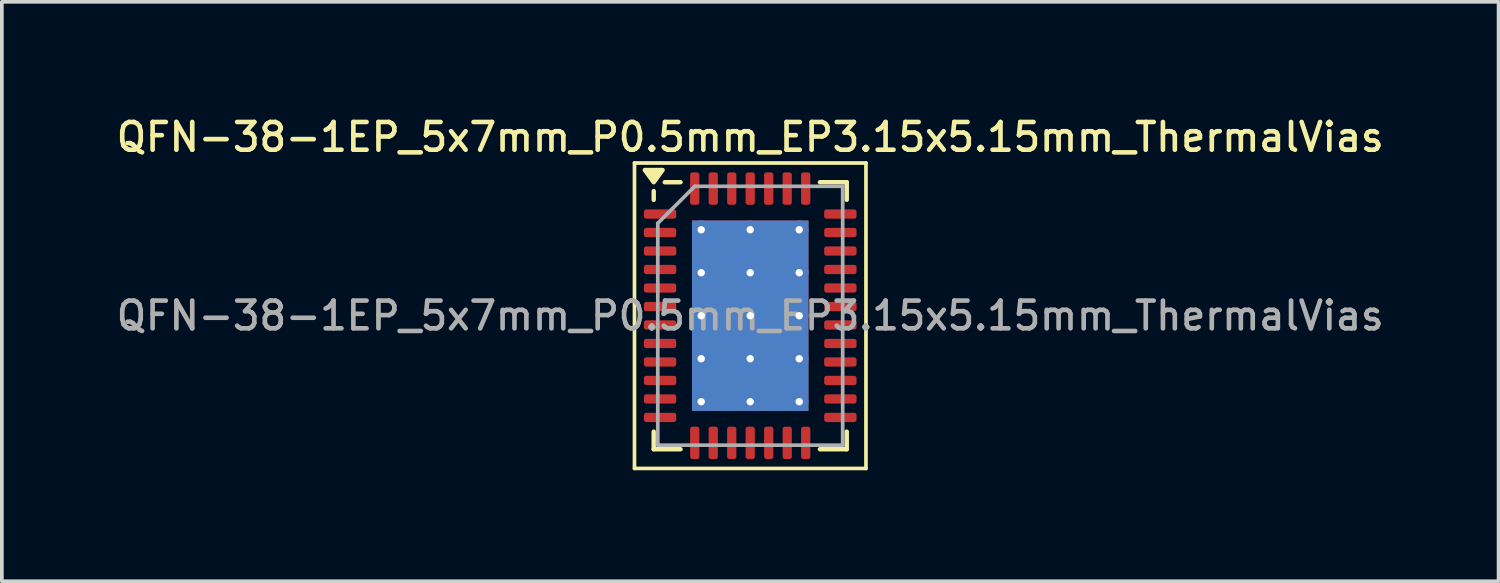
<source format=kicad_pcb>
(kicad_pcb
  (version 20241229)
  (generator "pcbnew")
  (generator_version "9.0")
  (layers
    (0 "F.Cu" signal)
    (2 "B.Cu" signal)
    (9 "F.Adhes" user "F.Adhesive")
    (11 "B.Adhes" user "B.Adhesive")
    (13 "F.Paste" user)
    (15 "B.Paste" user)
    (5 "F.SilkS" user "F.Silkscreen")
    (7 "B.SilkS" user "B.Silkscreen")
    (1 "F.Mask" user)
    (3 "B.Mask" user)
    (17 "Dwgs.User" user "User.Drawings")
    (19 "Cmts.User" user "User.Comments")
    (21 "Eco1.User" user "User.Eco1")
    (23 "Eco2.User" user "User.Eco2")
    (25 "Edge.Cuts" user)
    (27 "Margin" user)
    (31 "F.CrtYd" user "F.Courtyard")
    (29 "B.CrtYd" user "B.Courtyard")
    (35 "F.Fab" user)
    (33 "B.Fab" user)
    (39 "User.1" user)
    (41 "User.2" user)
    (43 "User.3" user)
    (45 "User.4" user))
  (footprint "QFN-38-1EP_5x7mm_P0.5mm_EP3.15x5.15mm_ThermalVias"
    (layer "F.Cu")
    (at 17.238 5.488)
    (property "Reference" "QFN-38-1EP_5x7mm_P0.5mm_EP3.15x5.15mm_ThermalVias" (at 0 -4.83 0) (layer "F.SilkS") (effects (font (size 0.75 0.75) (thickness 0.125))))
    (attr smd)
    (fp_line (start -3.13 -4.13) (end -3.13 4.13) (stroke (width 0.1) (type solid)) (layer "F.SilkS"))
    (fp_line (start -3.13 4.13) (end 3.13 4.13) (stroke (width 0.1) (type solid)) (layer "F.SilkS"))
    (fp_line (start -2.61 -3.135) (end -2.61 -3.37) (stroke (width 0.12) (type solid)) (layer "F.SilkS"))
    (fp_line (start -2.61 3.61) (end -2.61 3.135) (stroke (width 0.12) (type solid)) (layer "F.SilkS"))
    (fp_line (start -1.885 -3.61) (end -2.31 -3.61) (stroke (width 0.12) (type solid)) (layer "F.SilkS"))
    (fp_line (start -1.885 3.61) (end -2.61 3.61) (stroke (width 0.12) (type solid)) (layer "F.SilkS"))
    (fp_line (start 1.885 -3.61) (end 2.61 -3.61) (stroke (width 0.12) (type solid)) (layer "F.SilkS"))
    (fp_line (start 1.885 3.61) (end 2.61 3.61) (stroke (width 0.12) (type solid)) (layer "F.SilkS"))
    (fp_line (start 2.61 -3.61) (end 2.61 -3.135) (stroke (width 0.12) (type solid)) (layer "F.SilkS"))
    (fp_line (start 2.61 3.61) (end 2.61 3.135) (stroke (width 0.12) (type solid)) (layer "F.SilkS"))
    (fp_line (start 3.13 -4.13) (end -3.13 -4.13) (stroke (width 0.1) (type solid)) (layer "F.SilkS"))
    (fp_line (start 3.13 4.13) (end 3.13 -4.13) (stroke (width 0.1) (type solid)) (layer "F.SilkS"))
    (fp_poly (pts (xy -2.61 -3.61) (xy -2.85 -3.94) (xy -2.37 -3.94) (xy -2.61 -3.61)) (stroke (width 0.12) (type solid)) (fill yes) (layer "F.SilkS"))
    (fp_line (start -2.5 -2.5) (end -1.5 -3.5) (stroke (width 0.1) (type solid)) (layer "F.Fab"))
    (fp_line (start -2.5 3.5) (end -2.5 -2.5) (stroke (width 0.1) (type solid)) (layer "F.Fab"))
    (fp_line (start -1.5 -3.5) (end 2.5 -3.5) (stroke (width 0.1) (type solid)) (layer "F.Fab"))
    (fp_line (start 2.5 -3.5) (end 2.5 3.5) (stroke (width 0.1) (type solid)) (layer "F.Fab"))
    (fp_line (start 2.5 3.5) (end -2.5 3.5) (stroke (width 0.1) (type solid)) (layer "F.Fab"))
    (fp_text user "${REFERENCE}" (at 0 0 0) (layer "F.Fab") (effects (font (size 0.75 0.75) (thickness 0.125))))
    (pad "" smd roundrect (at -0.79 -1.935) (size 1.36 1.12) (layers "F.Paste") (roundrect_rratio 0.223))
    (pad "" smd roundrect (at -0.79 -0.645) (size 1.36 1.12) (layers "F.Paste") (roundrect_rratio 0.223))
    (pad "" smd roundrect (at -0.79 0.645) (size 1.36 1.12) (layers "F.Paste") (roundrect_rratio 0.223))
    (pad "" smd roundrect (at -0.79 1.935) (size 1.36 1.12) (layers "F.Paste") (roundrect_rratio 0.223))
    (pad "" smd roundrect (at 0.79 -1.935) (size 1.36 1.12) (layers "F.Paste") (roundrect_rratio 0.223))
    (pad "" smd roundrect (at 0.79 -0.645) (size 1.36 1.12) (layers "F.Paste") (roundrect_rratio 0.223))
    (pad "" smd roundrect (at 0.79 0.645) (size 1.36 1.12) (layers "F.Paste") (roundrect_rratio 0.223))
    (pad "" smd roundrect (at 0.79 1.935) (size 1.36 1.12) (layers "F.Paste") (roundrect_rratio 0.223))
    (pad "1" smd roundrect (at -2.438 -2.75) (size 0.875 0.25) (layers "F.Cu" "F.Mask" "F.Paste") (roundrect_rratio 0.25))
    (pad "2" smd roundrect (at -2.438 -2.25) (size 0.875 0.25) (layers "F.Cu" "F.Mask" "F.Paste") (roundrect_rratio 0.25))
    (pad "3" smd roundrect (at -2.438 -1.75) (size 0.875 0.25) (layers "F.Cu" "F.Mask" "F.Paste") (roundrect_rratio 0.25))
    (pad "4" smd roundrect (at -2.438 -1.25) (size 0.875 0.25) (layers "F.Cu" "F.Mask" "F.Paste") (roundrect_rratio 0.25))
    (pad "5" smd roundrect (at -2.438 -0.75) (size 0.875 0.25) (layers "F.Cu" "F.Mask" "F.Paste") (roundrect_rratio 0.25))
    (pad "6" smd roundrect (at -2.438 -0.25) (size 0.875 0.25) (layers "F.Cu" "F.Mask" "F.Paste") (roundrect_rratio 0.25))
    (pad "7" smd roundrect (at -2.438 0.25) (size 0.875 0.25) (layers "F.Cu" "F.Mask" "F.Paste") (roundrect_rratio 0.25))
    (pad "8" smd roundrect (at -2.438 0.75) (size 0.875 0.25) (layers "F.Cu" "F.Mask" "F.Paste") (roundrect_rratio 0.25))
    (pad "9" smd roundrect (at -2.438 1.25) (size 0.875 0.25) (layers "F.Cu" "F.Mask" "F.Paste") (roundrect_rratio 0.25))
    (pad "10" smd roundrect (at -2.438 1.75) (size 0.875 0.25) (layers "F.Cu" "F.Mask" "F.Paste") (roundrect_rratio 0.25))
    (pad "11" smd roundrect (at -2.438 2.25) (size 0.875 0.25) (layers "F.Cu" "F.Mask" "F.Paste") (roundrect_rratio 0.25))
    (pad "12" smd roundrect (at -2.438 2.75) (size 0.875 0.25) (layers "F.Cu" "F.Mask" "F.Paste") (roundrect_rratio 0.25))
    (pad "13" smd roundrect (at -1.5 3.438) (size 0.25 0.875) (layers "F.Cu" "F.Mask" "F.Paste") (roundrect_rratio 0.25))
    (pad "14" smd roundrect (at -1 3.438) (size 0.25 0.875) (layers "F.Cu" "F.Mask" "F.Paste") (roundrect_rratio 0.25))
    (pad "15" smd roundrect (at -0.5 3.438) (size 0.25 0.875) (layers "F.Cu" "F.Mask" "F.Paste") (roundrect_rratio 0.25))
    (pad "16" smd roundrect (at 0 3.438) (size 0.25 0.875) (layers "F.Cu" "F.Mask" "F.Paste") (roundrect_rratio 0.25))
    (pad "17" smd roundrect (at 0.5 3.438) (size 0.25 0.875) (layers "F.Cu" "F.Mask" "F.Paste") (roundrect_rratio 0.25))
    (pad "18" smd roundrect (at 1 3.438) (size 0.25 0.875) (layers "F.Cu" "F.Mask" "F.Paste") (roundrect_rratio 0.25))
    (pad "19" smd roundrect (at 1.5 3.438) (size 0.25 0.875) (layers "F.Cu" "F.Mask" "F.Paste") (roundrect_rratio 0.25))
    (pad "20" smd roundrect (at 2.438 2.75) (size 0.875 0.25) (layers "F.Cu" "F.Mask" "F.Paste") (roundrect_rratio 0.25))
    (pad "21" smd roundrect (at 2.438 2.25) (size 0.875 0.25) (layers "F.Cu" "F.Mask" "F.Paste") (roundrect_rratio 0.25))
    (pad "22" smd roundrect (at 2.438 1.75) (size 0.875 0.25) (layers "F.Cu" "F.Mask" "F.Paste") (roundrect_rratio 0.25))
    (pad "23" smd roundrect (at 2.438 1.25) (size 0.875 0.25) (layers "F.Cu" "F.Mask" "F.Paste") (roundrect_rratio 0.25))
    (pad "24" smd roundrect (at 2.438 0.75) (size 0.875 0.25) (layers "F.Cu" "F.Mask" "F.Paste") (roundrect_rratio 0.25))
    (pad "25" smd roundrect (at 2.438 0.25) (size 0.875 0.25) (layers "F.Cu" "F.Mask" "F.Paste") (roundrect_rratio 0.25))
    (pad "26" smd roundrect (at 2.438 -0.25) (size 0.875 0.25) (layers "F.Cu" "F.Mask" "F.Paste") (roundrect_rratio 0.25))
    (pad "27" smd roundrect (at 2.438 -0.75) (size 0.875 0.25) (layers "F.Cu" "F.Mask" "F.Paste") (roundrect_rratio 0.25))
    (pad "28" smd roundrect (at 2.438 -1.25) (size 0.875 0.25) (layers "F.Cu" "F.Mask" "F.Paste") (roundrect_rratio 0.25))
    (pad "29" smd roundrect (at 2.438 -1.75) (size 0.875 0.25) (layers "F.Cu" "F.Mask" "F.Paste") (roundrect_rratio 0.25))
    (pad "30" smd roundrect (at 2.438 -2.25) (size 0.875 0.25) (layers "F.Cu" "F.Mask" "F.Paste") (roundrect_rratio 0.25))
    (pad "31" smd roundrect (at 2.438 -2.75) (size 0.875 0.25) (layers "F.Cu" "F.Mask" "F.Paste") (roundrect_rratio 0.25))
    (pad "32" smd roundrect (at 1.5 -3.438) (size 0.25 0.875) (layers "F.Cu" "F.Mask" "F.Paste") (roundrect_rratio 0.25))
    (pad "33" smd roundrect (at 1 -3.438) (size 0.25 0.875) (layers "F.Cu" "F.Mask" "F.Paste") (roundrect_rratio 0.25))
    (pad "34" smd roundrect (at 0.5 -3.438) (size 0.25 0.875) (layers "F.Cu" "F.Mask" "F.Paste") (roundrect_rratio 0.25))
    (pad "35" smd roundrect (at 0 -3.438) (size 0.25 0.875) (layers "F.Cu" "F.Mask" "F.Paste") (roundrect_rratio 0.25))
    (pad "36" smd roundrect (at -0.5 -3.438) (size 0.25 0.875) (layers "F.Cu" "F.Mask" "F.Paste") (roundrect_rratio 0.25))
    (pad "37" smd roundrect (at -1 -3.438) (size 0.25 0.875) (layers "F.Cu" "F.Mask" "F.Paste") (roundrect_rratio 0.25))
    (pad "38" smd roundrect (at -1.5 -3.438) (size 0.25 0.875) (layers "F.Cu" "F.Mask" "F.Paste") (roundrect_rratio 0.25))
    (pad "39" thru_hole circle (at -1.325 -2.325) (size 0.5 0.5) (drill 0.2) (property pad_prop_heatsink) (layers "*.Cu"))
    (pad "39" thru_hole circle (at -1.325 -1.163) (size 0.5 0.5) (drill 0.2) (property pad_prop_heatsink) (layers "*.Cu"))
    (pad "39" thru_hole circle (at -1.325 0) (size 0.5 0.5) (drill 0.2) (property pad_prop_heatsink) (layers "*.Cu"))
    (pad "39" thru_hole circle (at -1.325 1.163) (size 0.5 0.5) (drill 0.2) (property pad_prop_heatsink) (layers "*.Cu"))
    (pad "39" thru_hole circle (at -1.325 2.325) (size 0.5 0.5) (drill 0.2) (property pad_prop_heatsink) (layers "*.Cu"))
    (pad "39" thru_hole circle (at 0 -2.325) (size 0.5 0.5) (drill 0.2) (property pad_prop_heatsink) (layers "*.Cu"))
    (pad "39" thru_hole circle (at 0 -1.163) (size 0.5 0.5) (drill 0.2) (property pad_prop_heatsink) (layers "*.Cu"))
    (pad "39" thru_hole circle (at 0 0) (size 0.5 0.5) (drill 0.2) (property pad_prop_heatsink) (layers "*.Cu"))
    (pad "39" smd rect (at 0 0) (size 3.15 5.15) (property pad_prop_heatsink) (layers "F.Cu" "F.Mask"))
    (pad "39" smd rect (at 0 0) (size 3.15 5.15) (property pad_prop_heatsink) (layers "B.Cu"))
    (pad "39" thru_hole circle (at 0 1.163) (size 0.5 0.5) (drill 0.2) (property pad_prop_heatsink) (layers "*.Cu"))
    (pad "39" thru_hole circle (at 0 2.325) (size 0.5 0.5) (drill 0.2) (property pad_prop_heatsink) (layers "*.Cu"))
    (pad "39" thru_hole circle (at 1.325 -2.325) (size 0.5 0.5) (drill 0.2) (property pad_prop_heatsink) (layers "*.Cu"))
    (pad "39" thru_hole circle (at 1.325 -1.163) (size 0.5 0.5) (drill 0.2) (property pad_prop_heatsink) (layers "*.Cu"))
    (pad "39" thru_hole circle (at 1.325 0) (size 0.5 0.5) (drill 0.2) (property pad_prop_heatsink) (layers "*.Cu"))
    (pad "39" thru_hole circle (at 1.325 1.163) (size 0.5 0.5) (drill 0.2) (property pad_prop_heatsink) (layers "*.Cu"))
    (pad "39" thru_hole circle (at 1.325 2.325) (size 0.5 0.5) (drill 0.2) (property pad_prop_heatsink) (layers "*.Cu")))
  (gr_rect
    (start -3 -3)
    (end 37.475 12.668)
    (stroke (width 0.1) (type default))
    (fill no)
    (layer "Edge.Cuts")))
</source>
